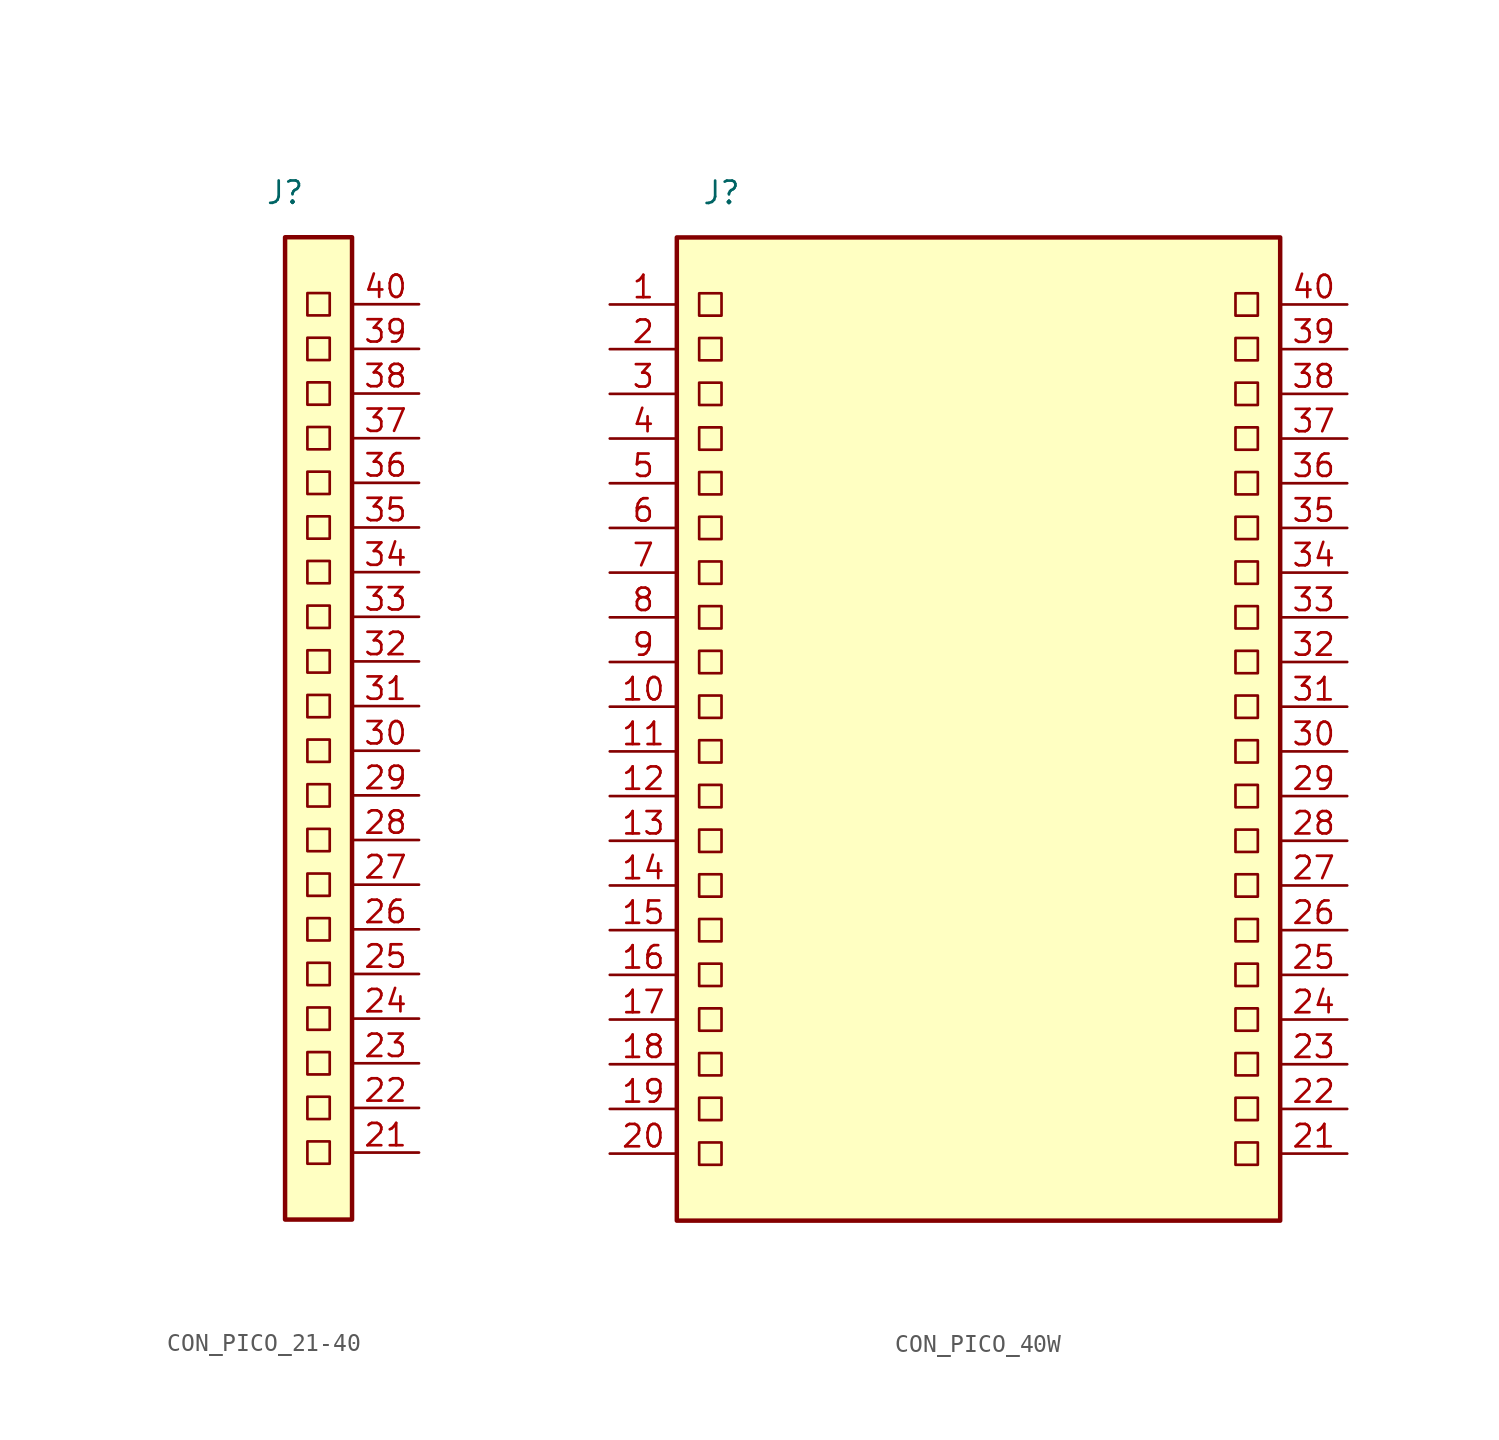
<source format=kicad_sym>
(kicad_symbol_lib
  (version 20231120)
  (generator "kicad_symbol_editor")
  (generator_version "8.0")
  (symbol "CON_PICO_21-40"
    (property "Reference" "J"
      (at 13.97 29.21 0)
      (effects (font (size 1.27 1.27))))
    (property "Value" ""
      (at 3.81 -15.24 0)
      (effects (font (size 1.27 1.27))))
    (symbol "CON_PICO_21-40_0_1"
      (rectangle (start 13.97 26.67) (end 17.78 -29.21) (stroke (width 0.254) (type default)) (fill (type background)))
      (rectangle (start 15.24 -24.765) (end 16.51 -26.035) (stroke (width 0) (type default)) (fill (type none)))
      (rectangle (start 15.24 -22.225) (end 16.51 -23.495) (stroke (width 0) (type default)) (fill (type none)))
      (rectangle (start 15.24 -19.685) (end 16.51 -20.955) (stroke (width 0) (type default)) (fill (type none)))
      (rectangle (start 15.24 -17.145) (end 16.51 -18.415) (stroke (width 0) (type default)) (fill (type none)))
      (rectangle (start 15.24 -14.605) (end 16.51 -15.875) (stroke (width 0) (type default)) (fill (type none)))
      (rectangle (start 15.24 -12.065) (end 16.51 -13.335) (stroke (width 0) (type default)) (fill (type none)))
      (rectangle (start 15.24 -9.525) (end 16.51 -10.795) (stroke (width 0) (type default)) (fill (type none)))
      (rectangle (start 15.24 -6.985) (end 16.51 -8.255) (stroke (width 0) (type default)) (fill (type none)))
      (rectangle (start 15.24 -4.445) (end 16.51 -5.715) (stroke (width 0) (type default)) (fill (type none)))
      (rectangle (start 15.24 -1.905) (end 16.51 -3.175) (stroke (width 0) (type default)) (fill (type none)))
      (rectangle (start 15.24 0.635) (end 16.51 -0.635) (stroke (width 0) (type default)) (fill (type none)))
      (rectangle (start 15.24 3.175) (end 16.51 1.905) (stroke (width 0) (type default)) (fill (type none)))
      (rectangle (start 15.24 5.715) (end 16.51 4.445) (stroke (width 0) (type default)) (fill (type none)))
      (rectangle (start 15.24 8.255) (end 16.51 6.985) (stroke (width 0) (type default)) (fill (type none)))
      (rectangle (start 15.24 10.795) (end 16.51 9.525) (stroke (width 0) (type default)) (fill (type none)))
      (rectangle (start 15.24 13.335) (end 16.51 12.065) (stroke (width 0) (type default)) (fill (type none)))
      (rectangle (start 15.24 15.875) (end 16.51 14.605) (stroke (width 0) (type default)) (fill (type none)))
      (rectangle (start 15.24 18.415) (end 16.51 17.145) (stroke (width 0) (type default)) (fill (type none)))
      (rectangle (start 15.24 20.955) (end 16.51 19.685) (stroke (width 0) (type default)) (fill (type none)))
      (rectangle (start 15.24 23.495) (end 16.51 22.225) (stroke (width 0) (type default)) (fill (type none))))
    (symbol "CON_PICO_21-40_1_1"
      (pin input line (at 21.59 -25.4 180) (length 3.81) (name "" (effects (font (size 1.27 1.27)))) (number "21" (effects (font (size 1.27 1.27)))))
      (pin input line (at 21.59 -22.86 180) (length 3.81) (name "" (effects (font (size 1.27 1.27)))) (number "22" (effects (font (size 1.27 1.27)))))
      (pin input line (at 21.59 -20.32 180) (length 3.81) (name "" (effects (font (size 1.27 1.27)))) (number "23" (effects (font (size 1.27 1.27)))))
      (pin input line (at 21.59 -17.78 180) (length 3.81) (name "" (effects (font (size 1.27 1.27)))) (number "24" (effects (font (size 1.27 1.27)))))
      (pin input line (at 21.59 -15.24 180) (length 3.81) (name "" (effects (font (size 1.27 1.27)))) (number "25" (effects (font (size 1.27 1.27)))))
      (pin input line (at 21.59 -12.7 180) (length 3.81) (name "" (effects (font (size 1.27 1.27)))) (number "26" (effects (font (size 1.27 1.27)))))
      (pin input line (at 21.59 -10.16 180) (length 3.81) (name "" (effects (font (size 1.27 1.27)))) (number "27" (effects (font (size 1.27 1.27)))))
      (pin input line (at 21.59 -7.62 180) (length 3.81) (name "" (effects (font (size 1.27 1.27)))) (number "28" (effects (font (size 1.27 1.27)))))
      (pin input line (at 21.59 -5.08 180) (length 3.81) (name "" (effects (font (size 1.27 1.27)))) (number "29" (effects (font (size 1.27 1.27)))))
      (pin input line (at 21.59 -2.54 180) (length 3.81) (name "" (effects (font (size 1.27 1.27)))) (number "30" (effects (font (size 1.27 1.27)))))
      (pin input line (at 21.59 0 180) (length 3.81) (name "" (effects (font (size 1.27 1.27)))) (number "31" (effects (font (size 1.27 1.27)))))
      (pin input line (at 21.59 2.54 180) (length 3.81) (name "" (effects (font (size 1.27 1.27)))) (number "32" (effects (font (size 1.27 1.27)))))
      (pin input line (at 21.59 5.08 180) (length 3.81) (name "" (effects (font (size 1.27 1.27)))) (number "33" (effects (font (size 1.27 1.27)))))
      (pin input line (at 21.59 7.62 180) (length 3.81) (name "" (effects (font (size 1.27 1.27)))) (number "34" (effects (font (size 1.27 1.27)))))
      (pin input line (at 21.59 10.16 180) (length 3.81) (name "" (effects (font (size 1.27 1.27)))) (number "35" (effects (font (size 1.27 1.27)))))
      (pin input line (at 21.59 12.7 180) (length 3.81) (name "" (effects (font (size 1.27 1.27)))) (number "36" (effects (font (size 1.27 1.27)))))
      (pin input line (at 21.59 15.24 180) (length 3.81) (name "" (effects (font (size 1.27 1.27)))) (number "37" (effects (font (size 1.27 1.27)))))
      (pin input line (at 21.59 17.78 180) (length 3.81) (name "" (effects (font (size 1.27 1.27)))) (number "38" (effects (font (size 1.27 1.27)))))
      (pin input line (at 21.59 20.32 180) (length 3.81) (name "" (effects (font (size 1.27 1.27)))) (number "39" (effects (font (size 1.27 1.27)))))
      (pin input line (at 21.59 22.86 180) (length 3.81) (name "" (effects (font (size 1.27 1.27)))) (number "40" (effects (font (size 1.27 1.27)))))))
  (symbol "CON_PICO_40W"
    (property "Reference" "J"
      (at -13.97 29.21 0)
      (effects (font (size 1.27 1.27))))
    (property "Value" ""
      (at 3.81 -15.24 0)
      (effects (font (size 1.27 1.27))))
    (symbol "CON_PICO_40W_0_1"
      (rectangle (start -16.51 26.67) (end 17.78 -29.21) (stroke (width 0.254) (type default)) (fill (type background)))
      (rectangle (start -15.24 -24.765) (end -13.97 -26.035) (stroke (width 0) (type default)) (fill (type none)))
      (rectangle (start -15.24 -22.225) (end -13.97 -23.495) (stroke (width 0) (type default)) (fill (type none)))
      (rectangle (start -15.24 -19.685) (end -13.97 -20.955) (stroke (width 0) (type default)) (fill (type none)))
      (rectangle (start -15.24 -17.145) (end -13.97 -18.415) (stroke (width 0) (type default)) (fill (type none)))
      (rectangle (start -15.24 -14.605) (end -13.97 -15.875) (stroke (width 0) (type default)) (fill (type none)))
      (rectangle (start -15.24 -12.065) (end -13.97 -13.335) (stroke (width 0) (type default)) (fill (type none)))
      (rectangle (start -15.24 -9.525) (end -13.97 -10.795) (stroke (width 0) (type default)) (fill (type none)))
      (rectangle (start -15.24 -6.985) (end -13.97 -8.255) (stroke (width 0) (type default)) (fill (type none)))
      (rectangle (start -15.24 -4.445) (end -13.97 -5.715) (stroke (width 0) (type default)) (fill (type none)))
      (rectangle (start -15.24 -1.905) (end -13.97 -3.175) (stroke (width 0) (type default)) (fill (type none)))
      (rectangle (start -15.24 0.635) (end -13.97 -0.635) (stroke (width 0) (type default)) (fill (type none)))
      (rectangle (start -15.24 3.175) (end -13.97 1.905) (stroke (width 0) (type default)) (fill (type none)))
      (rectangle (start -15.24 5.715) (end -13.97 4.445) (stroke (width 0) (type default)) (fill (type none)))
      (rectangle (start -15.24 8.255) (end -13.97 6.985) (stroke (width 0) (type default)) (fill (type none)))
      (rectangle (start -15.24 10.795) (end -13.97 9.525) (stroke (width 0) (type default)) (fill (type none)))
      (rectangle (start -15.24 13.335) (end -13.97 12.065) (stroke (width 0) (type default)) (fill (type none)))
      (rectangle (start -15.24 15.875) (end -13.97 14.605) (stroke (width 0) (type default)) (fill (type none)))
      (rectangle (start -15.24 18.415) (end -13.97 17.145) (stroke (width 0) (type default)) (fill (type none)))
      (rectangle (start -15.24 20.955) (end -13.97 19.685) (stroke (width 0) (type default)) (fill (type none)))
      (rectangle (start -15.24 23.495) (end -13.97 22.225) (stroke (width 0) (type default)) (fill (type none)))
      (rectangle (start 15.24 -24.765) (end 16.51 -26.035) (stroke (width 0) (type default)) (fill (type none)))
      (rectangle (start 15.24 -22.225) (end 16.51 -23.495) (stroke (width 0) (type default)) (fill (type none)))
      (rectangle (start 15.24 -19.685) (end 16.51 -20.955) (stroke (width 0) (type default)) (fill (type none)))
      (rectangle (start 15.24 -17.145) (end 16.51 -18.415) (stroke (width 0) (type default)) (fill (type none)))
      (rectangle (start 15.24 -14.605) (end 16.51 -15.875) (stroke (width 0) (type default)) (fill (type none)))
      (rectangle (start 15.24 -12.065) (end 16.51 -13.335) (stroke (width 0) (type default)) (fill (type none)))
      (rectangle (start 15.24 -9.525) (end 16.51 -10.795) (stroke (width 0) (type default)) (fill (type none)))
      (rectangle (start 15.24 -6.985) (end 16.51 -8.255) (stroke (width 0) (type default)) (fill (type none)))
      (rectangle (start 15.24 -4.445) (end 16.51 -5.715) (stroke (width 0) (type default)) (fill (type none)))
      (rectangle (start 15.24 -1.905) (end 16.51 -3.175) (stroke (width 0) (type default)) (fill (type none)))
      (rectangle (start 15.24 0.635) (end 16.51 -0.635) (stroke (width 0) (type default)) (fill (type none)))
      (rectangle (start 15.24 3.175) (end 16.51 1.905) (stroke (width 0) (type default)) (fill (type none)))
      (rectangle (start 15.24 5.715) (end 16.51 4.445) (stroke (width 0) (type default)) (fill (type none)))
      (rectangle (start 15.24 8.255) (end 16.51 6.985) (stroke (width 0) (type default)) (fill (type none)))
      (rectangle (start 15.24 10.795) (end 16.51 9.525) (stroke (width 0) (type default)) (fill (type none)))
      (rectangle (start 15.24 13.335) (end 16.51 12.065) (stroke (width 0) (type default)) (fill (type none)))
      (rectangle (start 15.24 15.875) (end 16.51 14.605) (stroke (width 0) (type default)) (fill (type none)))
      (rectangle (start 15.24 18.415) (end 16.51 17.145) (stroke (width 0) (type default)) (fill (type none)))
      (rectangle (start 15.24 20.955) (end 16.51 19.685) (stroke (width 0) (type default)) (fill (type none)))
      (rectangle (start 15.24 23.495) (end 16.51 22.225) (stroke (width 0) (type default)) (fill (type none))))
    (symbol "CON_PICO_40W_1_1"
      (pin input line (at -20.32 22.86 0) (length 3.81) (name "" (effects (font (size 1.27 1.27)))) (number "1" (effects (font (size 1.27 1.27)))))
      (pin input line (at -20.32 0 0) (length 3.81) (name "" (effects (font (size 1.27 1.27)))) (number "10" (effects (font (size 1.27 1.27)))))
      (pin input line (at -20.32 -2.54 0) (length 3.81) (name "" (effects (font (size 1.27 1.27)))) (number "11" (effects (font (size 1.27 1.27)))))
      (pin input line (at -20.32 -5.08 0) (length 3.81) (name "" (effects (font (size 1.27 1.27)))) (number "12" (effects (font (size 1.27 1.27)))))
      (pin input line (at -20.32 -7.62 0) (length 3.81) (name "" (effects (font (size 1.27 1.27)))) (number "13" (effects (font (size 1.27 1.27)))))
      (pin input line (at -20.32 -10.16 0) (length 3.81) (name "" (effects (font (size 1.27 1.27)))) (number "14" (effects (font (size 1.27 1.27)))))
      (pin input line (at -20.32 -12.7 0) (length 3.81) (name "" (effects (font (size 1.27 1.27)))) (number "15" (effects (font (size 1.27 1.27)))))
      (pin input line (at -20.32 -15.24 0) (length 3.81) (name "" (effects (font (size 1.27 1.27)))) (number "16" (effects (font (size 1.27 1.27)))))
      (pin input line (at -20.32 -17.78 0) (length 3.81) (name "" (effects (font (size 1.27 1.27)))) (number "17" (effects (font (size 1.27 1.27)))))
      (pin input line (at -20.32 -20.32 0) (length 3.81) (name "" (effects (font (size 1.27 1.27)))) (number "18" (effects (font (size 1.27 1.27)))))
      (pin input line (at -20.32 -22.86 0) (length 3.81) (name "" (effects (font (size 1.27 1.27)))) (number "19" (effects (font (size 1.27 1.27)))))
      (pin input line (at -20.32 20.32 0) (length 3.81) (name "" (effects (font (size 1.27 1.27)))) (number "2" (effects (font (size 1.27 1.27)))))
      (pin input line (at -20.32 -25.4 0) (length 3.81) (name "" (effects (font (size 1.27 1.27)))) (number "20" (effects (font (size 1.27 1.27)))))
      (pin input line (at 21.59 -25.4 180) (length 3.81) (name "" (effects (font (size 1.27 1.27)))) (number "21" (effects (font (size 1.27 1.27)))))
      (pin input line (at 21.59 -22.86 180) (length 3.81) (name "" (effects (font (size 1.27 1.27)))) (number "22" (effects (font (size 1.27 1.27)))))
      (pin input line (at 21.59 -20.32 180) (length 3.81) (name "" (effects (font (size 1.27 1.27)))) (number "23" (effects (font (size 1.27 1.27)))))
      (pin input line (at 21.59 -17.78 180) (length 3.81) (name "" (effects (font (size 1.27 1.27)))) (number "24" (effects (font (size 1.27 1.27)))))
      (pin input line (at 21.59 -15.24 180) (length 3.81) (name "" (effects (font (size 1.27 1.27)))) (number "25" (effects (font (size 1.27 1.27)))))
      (pin input line (at 21.59 -12.7 180) (length 3.81) (name "" (effects (font (size 1.27 1.27)))) (number "26" (effects (font (size 1.27 1.27)))))
      (pin input line (at 21.59 -10.16 180) (length 3.81) (name "" (effects (font (size 1.27 1.27)))) (number "27" (effects (font (size 1.27 1.27)))))
      (pin input line (at 21.59 -7.62 180) (length 3.81) (name "" (effects (font (size 1.27 1.27)))) (number "28" (effects (font (size 1.27 1.27)))))
      (pin input line (at 21.59 -5.08 180) (length 3.81) (name "" (effects (font (size 1.27 1.27)))) (number "29" (effects (font (size 1.27 1.27)))))
      (pin input line (at -20.32 17.78 0) (length 3.81) (name "" (effects (font (size 1.27 1.27)))) (number "3" (effects (font (size 1.27 1.27)))))
      (pin input line (at 21.59 -2.54 180) (length 3.81) (name "" (effects (font (size 1.27 1.27)))) (number "30" (effects (font (size 1.27 1.27)))))
      (pin input line (at 21.59 0 180) (length 3.81) (name "" (effects (font (size 1.27 1.27)))) (number "31" (effects (font (size 1.27 1.27)))))
      (pin input line (at 21.59 2.54 180) (length 3.81) (name "" (effects (font (size 1.27 1.27)))) (number "32" (effects (font (size 1.27 1.27)))))
      (pin input line (at 21.59 5.08 180) (length 3.81) (name "" (effects (font (size 1.27 1.27)))) (number "33" (effects (font (size 1.27 1.27)))))
      (pin input line (at 21.59 7.62 180) (length 3.81) (name "" (effects (font (size 1.27 1.27)))) (number "34" (effects (font (size 1.27 1.27)))))
      (pin input line (at 21.59 10.16 180) (length 3.81) (name "" (effects (font (size 1.27 1.27)))) (number "35" (effects (font (size 1.27 1.27)))))
      (pin input line (at 21.59 12.7 180) (length 3.81) (name "" (effects (font (size 1.27 1.27)))) (number "36" (effects (font (size 1.27 1.27)))))
      (pin input line (at 21.59 15.24 180) (length 3.81) (name "" (effects (font (size 1.27 1.27)))) (number "37" (effects (font (size 1.27 1.27)))))
      (pin input line (at 21.59 17.78 180) (length 3.81) (name "" (effects (font (size 1.27 1.27)))) (number "38" (effects (font (size 1.27 1.27)))))
      (pin input line (at 21.59 20.32 180) (length 3.81) (name "" (effects (font (size 1.27 1.27)))) (number "39" (effects (font (size 1.27 1.27)))))
      (pin input line (at -20.32 15.24 0) (length 3.81) (name "" (effects (font (size 1.27 1.27)))) (number "4" (effects (font (size 1.27 1.27)))))
      (pin input line (at 21.59 22.86 180) (length 3.81) (name "" (effects (font (size 1.27 1.27)))) (number "40" (effects (font (size 1.27 1.27)))))
      (pin input line (at -20.32 12.7 0) (length 3.81) (name "" (effects (font (size 1.27 1.27)))) (number "5" (effects (font (size 1.27 1.27)))))
      (pin input line (at -20.32 10.16 0) (length 3.81) (name "" (effects (font (size 1.27 1.27)))) (number "6" (effects (font (size 1.27 1.27)))))
      (pin input line (at -20.32 7.62 0) (length 3.81) (name "" (effects (font (size 1.27 1.27)))) (number "7" (effects (font (size 1.27 1.27)))))
      (pin input line (at -20.32 5.08 0) (length 3.81) (name "" (effects (font (size 1.27 1.27)))) (number "8" (effects (font (size 1.27 1.27)))))
      (pin input line (at -20.32 2.54 0) (length 3.81) (name "" (effects (font (size 1.27 1.27)))) (number "9" (effects (font (size 1.27 1.27))))))))
</source>
